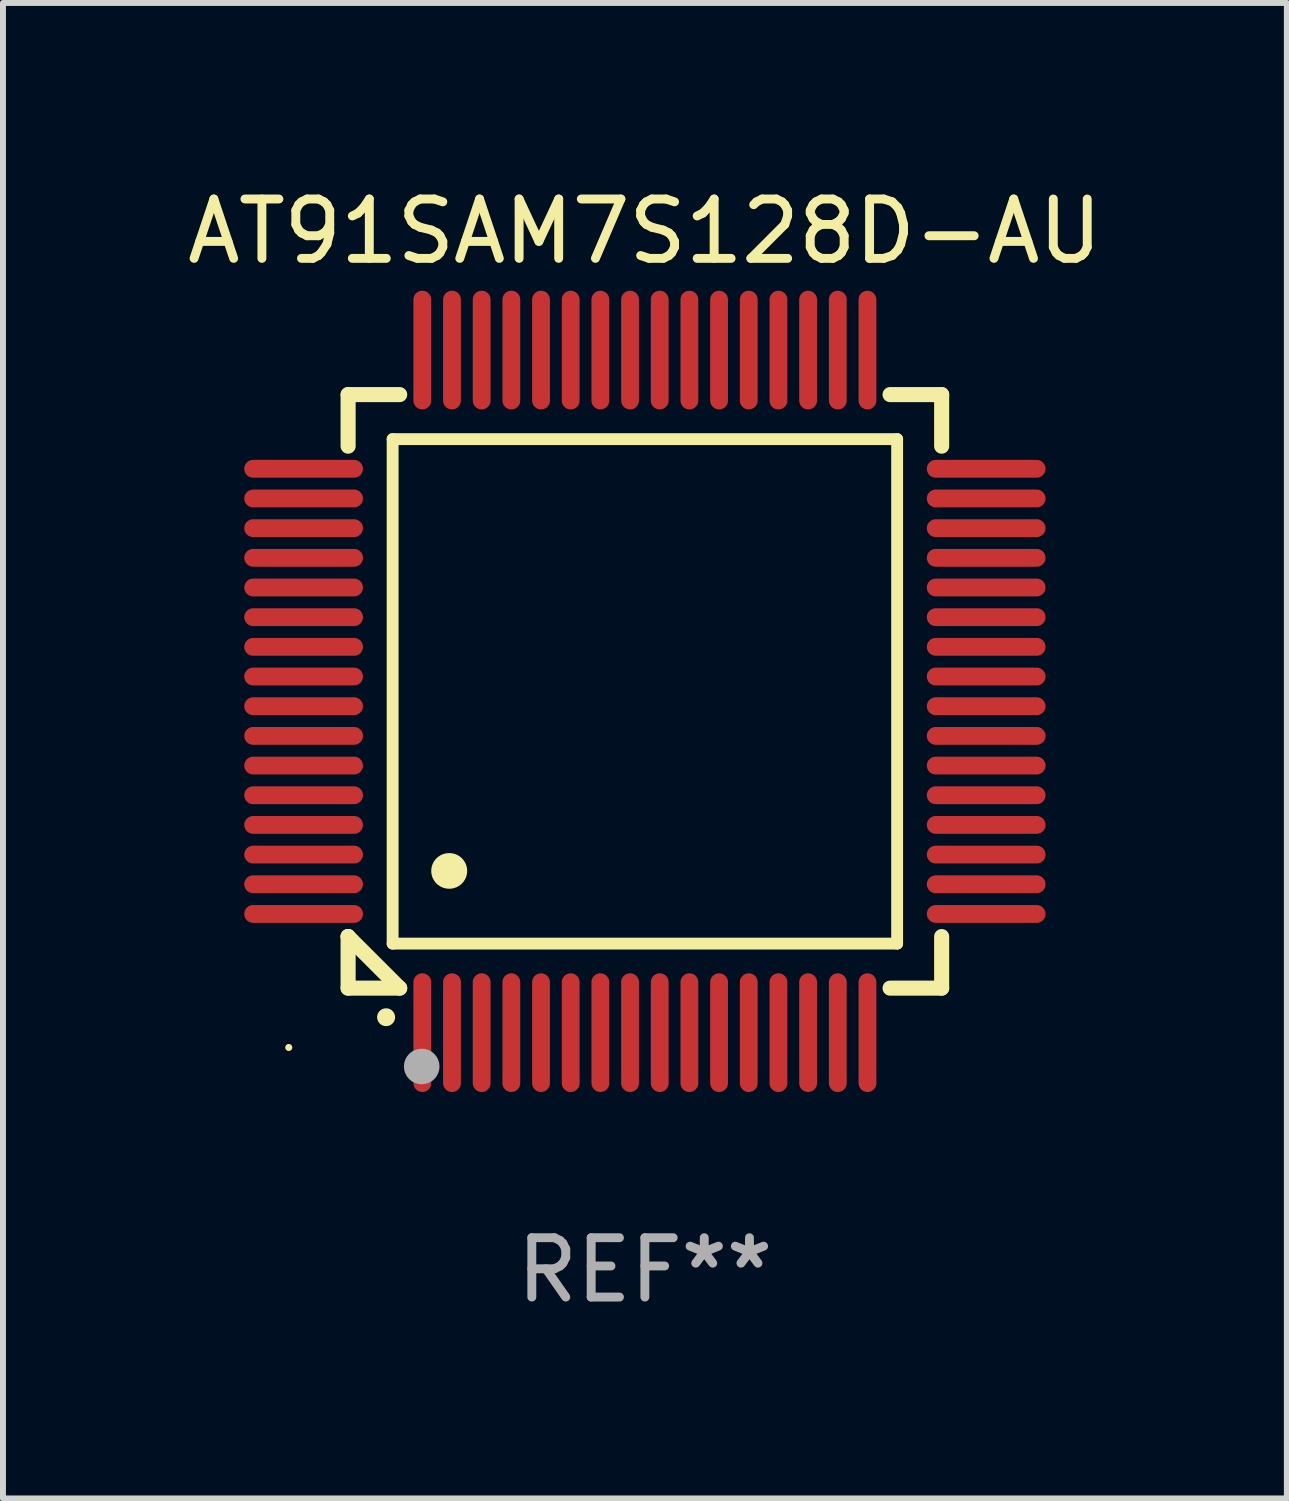
<source format=kicad_pcb>
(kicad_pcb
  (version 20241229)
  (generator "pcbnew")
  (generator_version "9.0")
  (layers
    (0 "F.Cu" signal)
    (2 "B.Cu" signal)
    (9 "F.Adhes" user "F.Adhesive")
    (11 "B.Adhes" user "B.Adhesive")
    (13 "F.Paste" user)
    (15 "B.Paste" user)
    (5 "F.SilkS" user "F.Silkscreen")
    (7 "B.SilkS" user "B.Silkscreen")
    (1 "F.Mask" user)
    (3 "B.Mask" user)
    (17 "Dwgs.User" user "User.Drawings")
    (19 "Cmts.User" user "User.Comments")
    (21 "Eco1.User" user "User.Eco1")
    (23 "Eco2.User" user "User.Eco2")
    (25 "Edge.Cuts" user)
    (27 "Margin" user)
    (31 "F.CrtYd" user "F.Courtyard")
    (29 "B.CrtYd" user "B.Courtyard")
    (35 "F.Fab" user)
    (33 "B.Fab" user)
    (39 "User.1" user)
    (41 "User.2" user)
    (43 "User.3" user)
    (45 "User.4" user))
  (footprint "AT91SAM7S128D-AU"
    (layer "F.Cu")
    (at 7.815 8.598)
    (property "Reference" "AT91SAM7S128D-AU" (at 0 -7.75 0) (layer "F.SilkS") (effects (font (size 1 1) (thickness 0.15))))
    (attr through_hole)
    (fp_line (start -5 -5) (end -4.131 -5) (stroke (width 0.254) (type solid)) (layer "F.SilkS"))
    (fp_line (start -5 -4.131) (end -5 -5) (stroke (width 0.254) (type solid)) (layer "F.SilkS"))
    (fp_line (start -5 4.131) (end -5 4.131) (stroke (width 0.254) (type solid)) (layer "F.SilkS"))
    (fp_line (start -5 5) (end -5 4.131) (stroke (width 0.254) (type solid)) (layer "F.SilkS"))
    (fp_line (start -5 4.131) (end -4.131 5) (stroke (width 0.254) (type solid)) (layer "F.SilkS"))
    (fp_line (start -4.25 -4.25) (end -4.25 4.25) (stroke (width 0.2) (type solid)) (layer "F.SilkS"))
    (fp_line (start -4.25 4.25) (end 4.25 4.25) (stroke (width 0.2) (type solid)) (layer "F.SilkS"))
    (fp_line (start -4.131 5) (end -5 5) (stroke (width 0.254) (type solid)) (layer "F.SilkS"))
    (fp_line (start 4.25 -4.25) (end -4.25 -4.25) (stroke (width 0.2) (type solid)) (layer "F.SilkS"))
    (fp_line (start 4.25 4.25) (end 4.25 -4.25) (stroke (width 0.2) (type solid)) (layer "F.SilkS"))
    (fp_line (start 5 -5) (end 4.131 -5) (stroke (width 0.254) (type solid)) (layer "F.SilkS"))
    (fp_line (start 5 -5) (end 5 -4.131) (stroke (width 0.254) (type solid)) (layer "F.SilkS"))
    (fp_line (start 5 4.131) (end 5 5) (stroke (width 0.254) (type solid)) (layer "F.SilkS"))
    (fp_line (start 5 5) (end 4.131 5) (stroke (width 0.254) (type solid)) (layer "F.SilkS"))
    (fp_arc (start -4.361265 5.489992) (mid -4.359995 5.489987) (end -4.358725 5.489992) (stroke (width 0.3) (type solid)) (layer "F.SilkS"))
    (fp_arc (start -3.299467 3.025146) (mid -3.296927 3.025135) (end -3.294387 3.025146) (stroke (width 0.6) (type solid)) (layer "F.SilkS"))
    (fp_circle (center -6 6) (end -5.97 6) (stroke (width 0.06) (type solid)) (fill no) (layer "F.SilkS"))
    (fp_circle (center -3.76 6.32) (end -3.61 6.32) (stroke (width 0.3) (type solid)) (fill no) (layer "F.Fab"))
    (fp_text user "REF**" (at 0 9.75 0) (layer "F.Fab") (effects (font (size 1 1) (thickness 0.15))))
    (pad "1" smd oval (at -3.75 5.75) (size 0.3 2) (layers "F.Cu" "F.Mask" "F.Paste"))
    (pad "2" smd oval (at -3.25 5.75) (size 0.3 2) (layers "F.Cu" "F.Mask" "F.Paste"))
    (pad "3" smd oval (at -2.75 5.75) (size 0.3 2) (layers "F.Cu" "F.Mask" "F.Paste"))
    (pad "4" smd oval (at -2.25 5.75) (size 0.3 2) (layers "F.Cu" "F.Mask" "F.Paste"))
    (pad "5" smd oval (at -1.75 5.75) (size 0.3 2) (layers "F.Cu" "F.Mask" "F.Paste"))
    (pad "6" smd oval (at -1.25 5.75) (size 0.3 2) (layers "F.Cu" "F.Mask" "F.Paste"))
    (pad "7" smd oval (at -0.75 5.75) (size 0.3 2) (layers "F.Cu" "F.Mask" "F.Paste"))
    (pad "8" smd oval (at -0.25 5.75) (size 0.3 2) (layers "F.Cu" "F.Mask" "F.Paste"))
    (pad "9" smd oval (at 0.25 5.75) (size 0.3 2) (layers "F.Cu" "F.Mask" "F.Paste"))
    (pad "10" smd oval (at 0.75 5.75) (size 0.3 2) (layers "F.Cu" "F.Mask" "F.Paste"))
    (pad "11" smd oval (at 1.25 5.75) (size 0.3 2) (layers "F.Cu" "F.Mask" "F.Paste"))
    (pad "12" smd oval (at 1.75 5.75) (size 0.3 2) (layers "F.Cu" "F.Mask" "F.Paste"))
    (pad "13" smd oval (at 2.25 5.75) (size 0.3 2) (layers "F.Cu" "F.Mask" "F.Paste"))
    (pad "14" smd oval (at 2.75 5.75) (size 0.3 2) (layers "F.Cu" "F.Mask" "F.Paste"))
    (pad "15" smd oval (at 3.25 5.75) (size 0.3 2) (layers "F.Cu" "F.Mask" "F.Paste"))
    (pad "16" smd oval (at 3.75 5.75) (size 0.3 2) (layers "F.Cu" "F.Mask" "F.Paste"))
    (pad "17" smd oval (at 5.75 3.75) (size 2 0.3) (layers "F.Cu" "F.Mask" "F.Paste"))
    (pad "18" smd oval (at 5.75 3.25) (size 2 0.3) (layers "F.Cu" "F.Mask" "F.Paste"))
    (pad "19" smd oval (at 5.75 2.75) (size 2 0.3) (layers "F.Cu" "F.Mask" "F.Paste"))
    (pad "20" smd oval (at 5.75 2.25) (size 2 0.3) (layers "F.Cu" "F.Mask" "F.Paste"))
    (pad "21" smd oval (at 5.75 1.75) (size 2 0.3) (layers "F.Cu" "F.Mask" "F.Paste"))
    (pad "22" smd oval (at 5.75 1.25) (size 2 0.3) (layers "F.Cu" "F.Mask" "F.Paste"))
    (pad "23" smd oval (at 5.75 0.75) (size 2 0.3) (layers "F.Cu" "F.Mask" "F.Paste"))
    (pad "24" smd oval (at 5.75 0.25) (size 2 0.3) (layers "F.Cu" "F.Mask" "F.Paste"))
    (pad "25" smd oval (at 5.75 -0.25) (size 2 0.3) (layers "F.Cu" "F.Mask" "F.Paste"))
    (pad "26" smd oval (at 5.75 -0.75) (size 2 0.3) (layers "F.Cu" "F.Mask" "F.Paste"))
    (pad "27" smd oval (at 5.75 -1.25) (size 2 0.3) (layers "F.Cu" "F.Mask" "F.Paste"))
    (pad "28" smd oval (at 5.75 -1.75) (size 2 0.3) (layers "F.Cu" "F.Mask" "F.Paste"))
    (pad "29" smd oval (at 5.75 -2.25) (size 2 0.3) (layers "F.Cu" "F.Mask" "F.Paste"))
    (pad "30" smd oval (at 5.75 -2.75) (size 2 0.3) (layers "F.Cu" "F.Mask" "F.Paste"))
    (pad "31" smd oval (at 5.75 -3.25) (size 2 0.3) (layers "F.Cu" "F.Mask" "F.Paste"))
    (pad "32" smd oval (at 5.75 -3.75) (size 2 0.3) (layers "F.Cu" "F.Mask" "F.Paste"))
    (pad "33" smd oval (at 3.75 -5.75) (size 0.3 2) (layers "F.Cu" "F.Mask" "F.Paste"))
    (pad "34" smd oval (at 3.25 -5.75) (size 0.3 2) (layers "F.Cu" "F.Mask" "F.Paste"))
    (pad "35" smd oval (at 2.75 -5.75) (size 0.3 2) (layers "F.Cu" "F.Mask" "F.Paste"))
    (pad "36" smd oval (at 2.25 -5.75) (size 0.3 2) (layers "F.Cu" "F.Mask" "F.Paste"))
    (pad "37" smd oval (at 1.75 -5.75) (size 0.3 2) (layers "F.Cu" "F.Mask" "F.Paste"))
    (pad "38" smd oval (at 1.25 -5.75) (size 0.3 2) (layers "F.Cu" "F.Mask" "F.Paste"))
    (pad "39" smd oval (at 0.75 -5.75) (size 0.3 2) (layers "F.Cu" "F.Mask" "F.Paste"))
    (pad "40" smd oval (at 0.25 -5.75) (size 0.3 2) (layers "F.Cu" "F.Mask" "F.Paste"))
    (pad "41" smd oval (at -0.25 -5.75) (size 0.3 2) (layers "F.Cu" "F.Mask" "F.Paste"))
    (pad "42" smd oval (at -0.75 -5.75) (size 0.3 2) (layers "F.Cu" "F.Mask" "F.Paste"))
    (pad "43" smd oval (at -1.25 -5.75) (size 0.3 2) (layers "F.Cu" "F.Mask" "F.Paste"))
    (pad "44" smd oval (at -1.75 -5.75) (size 0.3 2) (layers "F.Cu" "F.Mask" "F.Paste"))
    (pad "45" smd oval (at -2.25 -5.75) (size 0.3 2) (layers "F.Cu" "F.Mask" "F.Paste"))
    (pad "46" smd oval (at -2.75 -5.75) (size 0.3 2) (layers "F.Cu" "F.Mask" "F.Paste"))
    (pad "47" smd oval (at -3.25 -5.75) (size 0.3 2) (layers "F.Cu" "F.Mask" "F.Paste"))
    (pad "48" smd oval (at -3.75 -5.75) (size 0.3 2) (layers "F.Cu" "F.Mask" "F.Paste"))
    (pad "49" smd oval (at -5.75 -3.75) (size 2 0.3) (layers "F.Cu" "F.Mask" "F.Paste"))
    (pad "50" smd oval (at -5.75 -3.25) (size 2 0.3) (layers "F.Cu" "F.Mask" "F.Paste"))
    (pad "51" smd oval (at -5.75 -2.75) (size 2 0.3) (layers "F.Cu" "F.Mask" "F.Paste"))
    (pad "52" smd oval (at -5.75 -2.25) (size 2 0.3) (layers "F.Cu" "F.Mask" "F.Paste"))
    (pad "53" smd oval (at -5.75 -1.75) (size 2 0.3) (layers "F.Cu" "F.Mask" "F.Paste"))
    (pad "54" smd oval (at -5.75 -1.25) (size 2 0.3) (layers "F.Cu" "F.Mask" "F.Paste"))
    (pad "55" smd oval (at -5.75 -0.75) (size 2 0.3) (layers "F.Cu" "F.Mask" "F.Paste"))
    (pad "56" smd oval (at -5.75 -0.25) (size 2 0.3) (layers "F.Cu" "F.Mask" "F.Paste"))
    (pad "57" smd oval (at -5.75 0.25) (size 2 0.3) (layers "F.Cu" "F.Mask" "F.Paste"))
    (pad "58" smd oval (at -5.75 0.75) (size 2 0.3) (layers "F.Cu" "F.Mask" "F.Paste"))
    (pad "59" smd oval (at -5.75 1.25) (size 2 0.3) (layers "F.Cu" "F.Mask" "F.Paste"))
    (pad "60" smd oval (at -5.75 1.75) (size 2 0.3) (layers "F.Cu" "F.Mask" "F.Paste"))
    (pad "61" smd oval (at -5.75 2.25) (size 2 0.3) (layers "F.Cu" "F.Mask" "F.Paste"))
    (pad "62" smd oval (at -5.75 2.75) (size 2 0.3) (layers "F.Cu" "F.Mask" "F.Paste"))
    (pad "63" smd oval (at -5.75 3.25) (size 2 0.3) (layers "F.Cu" "F.Mask" "F.Paste"))
    (pad "64" smd oval (at -5.75 3.75) (size 2 0.3) (layers "F.Cu" "F.Mask" "F.Paste")))
  (gr_rect
    (start -3 -3)
    (end 18.631 22.196)
    (stroke (width 0.1) (type default))
    (fill no)
    (layer "Edge.Cuts")))
</source>
